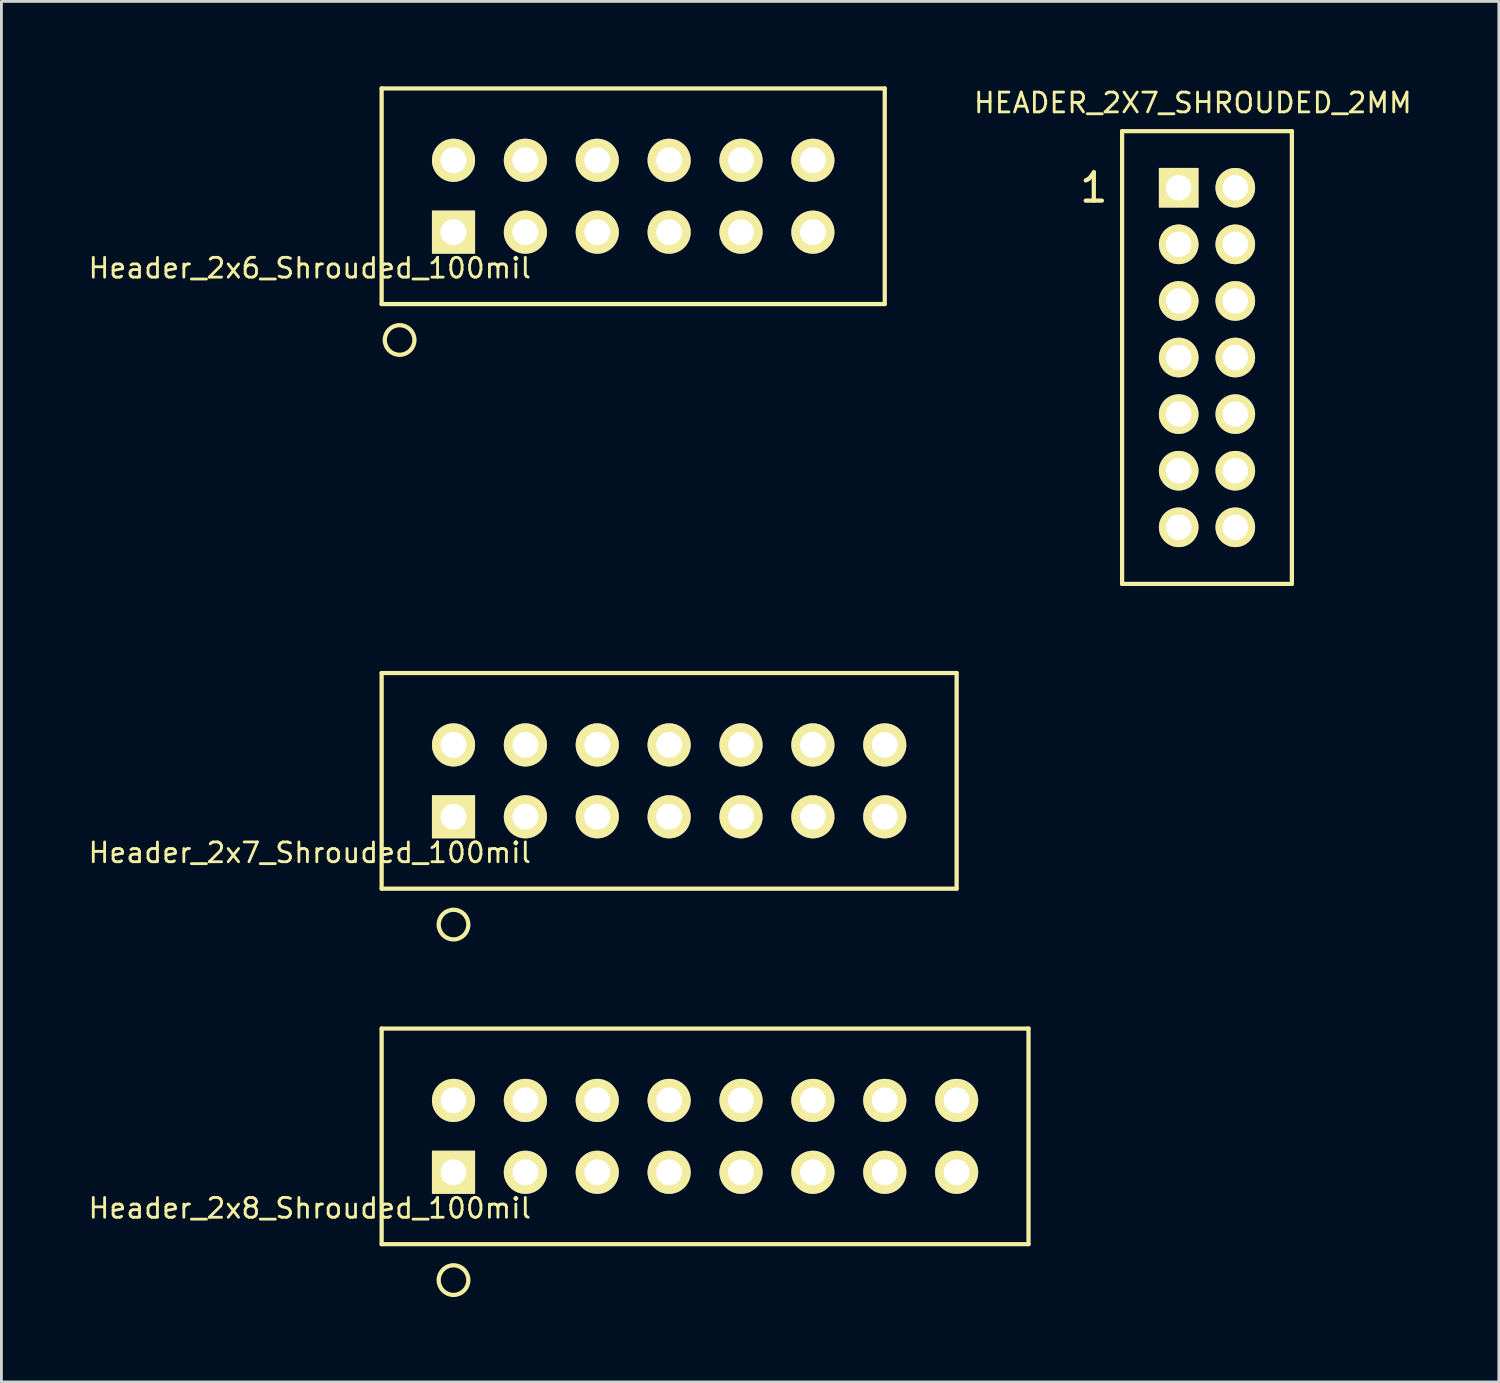
<source format=kicad_pcb>
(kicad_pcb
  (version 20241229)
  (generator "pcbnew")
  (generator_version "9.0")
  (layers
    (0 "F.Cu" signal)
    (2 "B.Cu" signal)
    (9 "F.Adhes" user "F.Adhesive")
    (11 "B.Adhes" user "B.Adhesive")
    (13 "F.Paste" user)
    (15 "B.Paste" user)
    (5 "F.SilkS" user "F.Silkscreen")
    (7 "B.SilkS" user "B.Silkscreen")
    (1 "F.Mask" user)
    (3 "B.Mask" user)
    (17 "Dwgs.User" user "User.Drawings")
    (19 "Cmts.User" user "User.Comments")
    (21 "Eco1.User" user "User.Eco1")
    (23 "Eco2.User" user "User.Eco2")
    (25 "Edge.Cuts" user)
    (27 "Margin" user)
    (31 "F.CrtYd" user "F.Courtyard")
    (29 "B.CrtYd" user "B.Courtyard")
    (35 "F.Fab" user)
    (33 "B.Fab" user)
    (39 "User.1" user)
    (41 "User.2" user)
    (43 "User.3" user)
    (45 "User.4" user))
  (footprint "Header_2x8_Shrouded_100mil"
    (layer "F.Cu")
    (at 12.977 38.379)
    (property "Reference" "Header_2x8_Shrouded_100mil" (at -5.08 1.27 0) (layer "F.SilkS") (effects (font (size 0.7 0.7) (thickness 0.1))))
    (attr through_hole)
    (fp_line (start -2.54 -5.08) (end -2.54 2.54) (stroke (width 0.15) (type solid)) (layer "F.SilkS"))
    (fp_line (start -2.54 2.54) (end 20.32 2.54) (stroke (width 0.15) (type solid)) (layer "F.SilkS"))
    (fp_line (start 20.32 -5.08) (end -2.54 -5.08) (stroke (width 0.15) (type solid)) (layer "F.SilkS"))
    (fp_line (start 20.32 -5.08) (end 20.32 2.54) (stroke (width 0.15) (type solid)) (layer "F.SilkS"))
    (fp_circle (center 0 3.81) (end 0.508 3.937) (stroke (width 0.15) (type solid)) (fill no) (layer "F.SilkS"))
    (pad "1" thru_hole rect (at 0 0) (size 1.524 1.524) (drill 0.914) (layers "*.Cu" "*.Mask" "F.SilkS"))
    (pad "2" thru_hole circle (at 0 -2.54) (size 1.524 1.524) (drill 0.914) (layers "*.Cu" "*.Mask" "F.SilkS"))
    (pad "3" thru_hole circle (at 2.54 0) (size 1.524 1.524) (drill 0.914) (layers "*.Cu" "*.Mask" "F.SilkS"))
    (pad "4" thru_hole circle (at 2.54 -2.54) (size 1.524 1.524) (drill 0.914) (layers "*.Cu" "*.Mask" "F.SilkS"))
    (pad "5" thru_hole circle (at 5.08 0) (size 1.524 1.524) (drill 0.914) (layers "*.Cu" "*.Mask" "F.SilkS"))
    (pad "6" thru_hole circle (at 5.08 -2.54) (size 1.524 1.524) (drill 0.914) (layers "*.Cu" "*.Mask" "F.SilkS"))
    (pad "7" thru_hole circle (at 7.62 0) (size 1.524 1.524) (drill 0.914) (layers "*.Cu" "*.Mask" "F.SilkS"))
    (pad "8" thru_hole circle (at 7.62 -2.54) (size 1.524 1.524) (drill 0.914) (layers "*.Cu" "*.Mask" "F.SilkS"))
    (pad "9" thru_hole circle (at 10.16 0) (size 1.524 1.524) (drill 0.914) (layers "*.Cu" "*.Mask" "F.SilkS"))
    (pad "10" thru_hole circle (at 10.16 -2.54) (size 1.524 1.524) (drill 0.914) (layers "*.Cu" "*.Mask" "F.SilkS"))
    (pad "11" thru_hole circle (at 12.7 0) (size 1.524 1.524) (drill 0.914) (layers "*.Cu" "*.Mask" "F.SilkS"))
    (pad "12" thru_hole circle (at 12.7 -2.54) (size 1.524 1.524) (drill 0.914) (layers "*.Cu" "*.Mask" "F.SilkS"))
    (pad "13" thru_hole circle (at 15.24 0) (size 1.524 1.524) (drill 0.914) (layers "*.Cu" "*.Mask" "F.SilkS"))
    (pad "14" thru_hole circle (at 15.24 -2.54) (size 1.524 1.524) (drill 0.914) (layers "*.Cu" "*.Mask" "F.SilkS"))
    (pad "15" thru_hole circle (at 17.78 0) (size 1.524 1.524) (drill 0.914) (layers "*.Cu" "*.Mask" "F.SilkS"))
    (pad "16" thru_hole circle (at 17.78 -2.54) (size 1.524 1.524) (drill 0.914) (layers "*.Cu" "*.Mask" "F.SilkS")))
  (footprint "HEADER_2X7_SHROUDED_2MM"
    (layer "F.Cu")
    (at 38.605 3.585)
    (property "Reference" "HEADER_2X7_SHROUDED_2MM" (at 0.5 -3 0) (layer "F.SilkS") (effects (font (size 0.7 0.7) (thickness 0.1))))
    (attr through_hole)
    (fp_line (start -2 -2) (end -2 14) (stroke (width 0.15) (type solid)) (layer "F.SilkS"))
    (fp_line (start -2 -2) (end 4 -2) (stroke (width 0.15) (type solid)) (layer "F.SilkS"))
    (fp_line (start 4 -2) (end 4 14) (stroke (width 0.15) (type solid)) (layer "F.SilkS"))
    (fp_line (start 4 14) (end -2 14) (stroke (width 0.15) (type solid)) (layer "F.SilkS"))
    (fp_text user "1" (at -3 0 0) (layer "F.SilkS") (effects (font (size 1 1) (thickness 0.15))))
    (pad "1" thru_hole rect (at 0 0) (size 1.4 1.4) (drill 0.9) (layers "*.Cu" "*.Mask" "F.SilkS"))
    (pad "2" thru_hole circle (at 2 0) (size 1.4 1.4) (drill 0.9) (layers "*.Cu" "*.Mask" "F.SilkS"))
    (pad "3" thru_hole circle (at 0 2) (size 1.4 1.4) (drill 0.9) (layers "*.Cu" "*.Mask" "F.SilkS"))
    (pad "4" thru_hole circle (at 2 2) (size 1.4 1.4) (drill 0.9) (layers "*.Cu" "*.Mask" "F.SilkS"))
    (pad "5" thru_hole circle (at 0 4) (size 1.4 1.4) (drill 0.9) (layers "*.Cu" "*.Mask" "F.SilkS"))
    (pad "6" thru_hole circle (at 2 4) (size 1.4 1.4) (drill 0.9) (layers "*.Cu" "*.Mask" "F.SilkS"))
    (pad "7" thru_hole circle (at 0 6) (size 1.4 1.4) (drill 0.9) (layers "*.Cu" "*.Mask" "F.SilkS"))
    (pad "8" thru_hole circle (at 2 6) (size 1.4 1.4) (drill 0.9) (layers "*.Cu" "*.Mask" "F.SilkS"))
    (pad "9" thru_hole circle (at 0 8) (size 1.4 1.4) (drill 0.9) (layers "*.Cu" "*.Mask" "F.SilkS"))
    (pad "10" thru_hole circle (at 2 8) (size 1.4 1.4) (drill 0.9) (layers "*.Cu" "*.Mask" "F.SilkS"))
    (pad "11" thru_hole circle (at 0 10) (size 1.4 1.4) (drill 0.9) (layers "*.Cu" "*.Mask" "F.SilkS"))
    (pad "12" thru_hole circle (at 2 10) (size 1.4 1.4) (drill 0.9) (layers "*.Cu" "*.Mask" "F.SilkS"))
    (pad "13" thru_hole circle (at 0 12) (size 1.4 1.4) (drill 0.9) (layers "*.Cu" "*.Mask" "F.SilkS"))
    (pad "14" thru_hole circle (at 2 12) (size 1.4 1.4) (drill 0.9) (layers "*.Cu" "*.Mask" "F.SilkS")))
  (footprint "Header_2x7_Shrouded_100mil"
    (layer "F.Cu")
    (at 12.977 25.815)
    (property "Reference" "Header_2x7_Shrouded_100mil" (at -5.08 1.27 0) (layer "F.SilkS") (effects (font (size 0.7 0.7) (thickness 0.1))))
    (attr through_hole)
    (fp_line (start -2.54 -5.08) (end -2.54 2.54) (stroke (width 0.15) (type solid)) (layer "F.SilkS"))
    (fp_line (start -2.54 2.54) (end 17.78 2.54) (stroke (width 0.15) (type solid)) (layer "F.SilkS"))
    (fp_line (start 17.78 -5.08) (end -2.54 -5.08) (stroke (width 0.15) (type solid)) (layer "F.SilkS"))
    (fp_line (start 17.78 -5.08) (end 17.78 2.54) (stroke (width 0.15) (type solid)) (layer "F.SilkS"))
    (fp_circle (center 0 3.81) (end 0.508 3.937) (stroke (width 0.15) (type solid)) (fill no) (layer "F.SilkS"))
    (pad "1" thru_hole rect (at 0 0) (size 1.524 1.524) (drill 0.914) (layers "*.Cu" "*.Mask" "F.SilkS"))
    (pad "2" thru_hole circle (at 0 -2.54) (size 1.524 1.524) (drill 0.914) (layers "*.Cu" "*.Mask" "F.SilkS"))
    (pad "3" thru_hole circle (at 2.54 0) (size 1.524 1.524) (drill 0.914) (layers "*.Cu" "*.Mask" "F.SilkS"))
    (pad "4" thru_hole circle (at 2.54 -2.54) (size 1.524 1.524) (drill 0.914) (layers "*.Cu" "*.Mask" "F.SilkS"))
    (pad "5" thru_hole circle (at 5.08 0) (size 1.524 1.524) (drill 0.914) (layers "*.Cu" "*.Mask" "F.SilkS"))
    (pad "6" thru_hole circle (at 5.08 -2.54) (size 1.524 1.524) (drill 0.914) (layers "*.Cu" "*.Mask" "F.SilkS"))
    (pad "7" thru_hole circle (at 7.62 0) (size 1.524 1.524) (drill 0.914) (layers "*.Cu" "*.Mask" "F.SilkS"))
    (pad "8" thru_hole circle (at 7.62 -2.54) (size 1.524 1.524) (drill 0.914) (layers "*.Cu" "*.Mask" "F.SilkS"))
    (pad "9" thru_hole circle (at 10.16 0) (size 1.524 1.524) (drill 0.914) (layers "*.Cu" "*.Mask" "F.SilkS"))
    (pad "10" thru_hole circle (at 10.16 -2.54) (size 1.524 1.524) (drill 0.914) (layers "*.Cu" "*.Mask" "F.SilkS"))
    (pad "11" thru_hole circle (at 12.7 0) (size 1.524 1.524) (drill 0.914) (layers "*.Cu" "*.Mask" "F.SilkS"))
    (pad "12" thru_hole circle (at 12.7 -2.54) (size 1.524 1.524) (drill 0.914) (layers "*.Cu" "*.Mask" "F.SilkS"))
    (pad "13" thru_hole circle (at 15.24 0) (size 1.524 1.524) (drill 0.914) (layers "*.Cu" "*.Mask" "F.SilkS"))
    (pad "14" thru_hole circle (at 15.24 -2.54) (size 1.524 1.524) (drill 0.914) (layers "*.Cu" "*.Mask" "F.SilkS")))
  (footprint "Header_2x6_Shrouded_100mil"
    (layer "F.Cu")
    (at 12.977 5.155)
    (property "Reference" "Header_2x6_Shrouded_100mil" (at -5.08 1.27 0) (layer "F.SilkS") (effects (font (size 0.7 0.7) (thickness 0.1))))
    (attr through_hole)
    (fp_line (start -2.54 -5.08) (end -2.54 2.54) (stroke (width 0.15) (type solid)) (layer "F.SilkS"))
    (fp_line (start -2.54 -5.08) (end 15.24 -5.08) (stroke (width 0.15) (type solid)) (layer "F.SilkS"))
    (fp_line (start 15.24 -5.08) (end 15.24 2.54) (stroke (width 0.15) (type solid)) (layer "F.SilkS"))
    (fp_line (start 15.24 2.54) (end -2.54 2.54) (stroke (width 0.15) (type solid)) (layer "F.SilkS"))
    (fp_circle (center -1.905 3.81) (end -1.397 3.937) (stroke (width 0.15) (type solid)) (fill no) (layer "F.SilkS"))
    (pad "1" thru_hole rect (at 0 0) (size 1.524 1.524) (drill 0.914) (layers "*.Cu" "*.Mask" "F.SilkS"))
    (pad "2" thru_hole circle (at 0 -2.54) (size 1.524 1.524) (drill 0.914) (layers "*.Cu" "*.Mask" "F.SilkS"))
    (pad "3" thru_hole circle (at 2.54 0) (size 1.524 1.524) (drill 0.914) (layers "*.Cu" "*.Mask" "F.SilkS"))
    (pad "4" thru_hole circle (at 2.54 -2.54) (size 1.524 1.524) (drill 0.914) (layers "*.Cu" "*.Mask" "F.SilkS"))
    (pad "5" thru_hole circle (at 5.08 0) (size 1.524 1.524) (drill 0.914) (layers "*.Cu" "*.Mask" "F.SilkS"))
    (pad "6" thru_hole circle (at 5.08 -2.54) (size 1.524 1.524) (drill 0.914) (layers "*.Cu" "*.Mask" "F.SilkS"))
    (pad "7" thru_hole circle (at 7.62 0) (size 1.524 1.524) (drill 0.914) (layers "*.Cu" "*.Mask" "F.SilkS"))
    (pad "8" thru_hole circle (at 7.62 -2.54) (size 1.524 1.524) (drill 0.914) (layers "*.Cu" "*.Mask" "F.SilkS"))
    (pad "9" thru_hole circle (at 10.16 0) (size 1.524 1.524) (drill 0.914) (layers "*.Cu" "*.Mask" "F.SilkS"))
    (pad "10" thru_hole circle (at 10.16 -2.54) (size 1.524 1.524) (drill 0.914) (layers "*.Cu" "*.Mask" "F.SilkS"))
    (pad "11" thru_hole circle (at 12.7 0) (size 1.524 1.524) (drill 0.914) (layers "*.Cu" "*.Mask" "F.SilkS"))
    (pad "12" thru_hole circle (at 12.7 -2.54) (size 1.524 1.524) (drill 0.914) (layers "*.Cu" "*.Mask" "F.SilkS")))
  (gr_rect
    (start -3 -3)
    (end 49.918 45.787)
    (stroke (width 0.1) (type default))
    (fill no)
    (layer "Edge.Cuts")))
</source>
